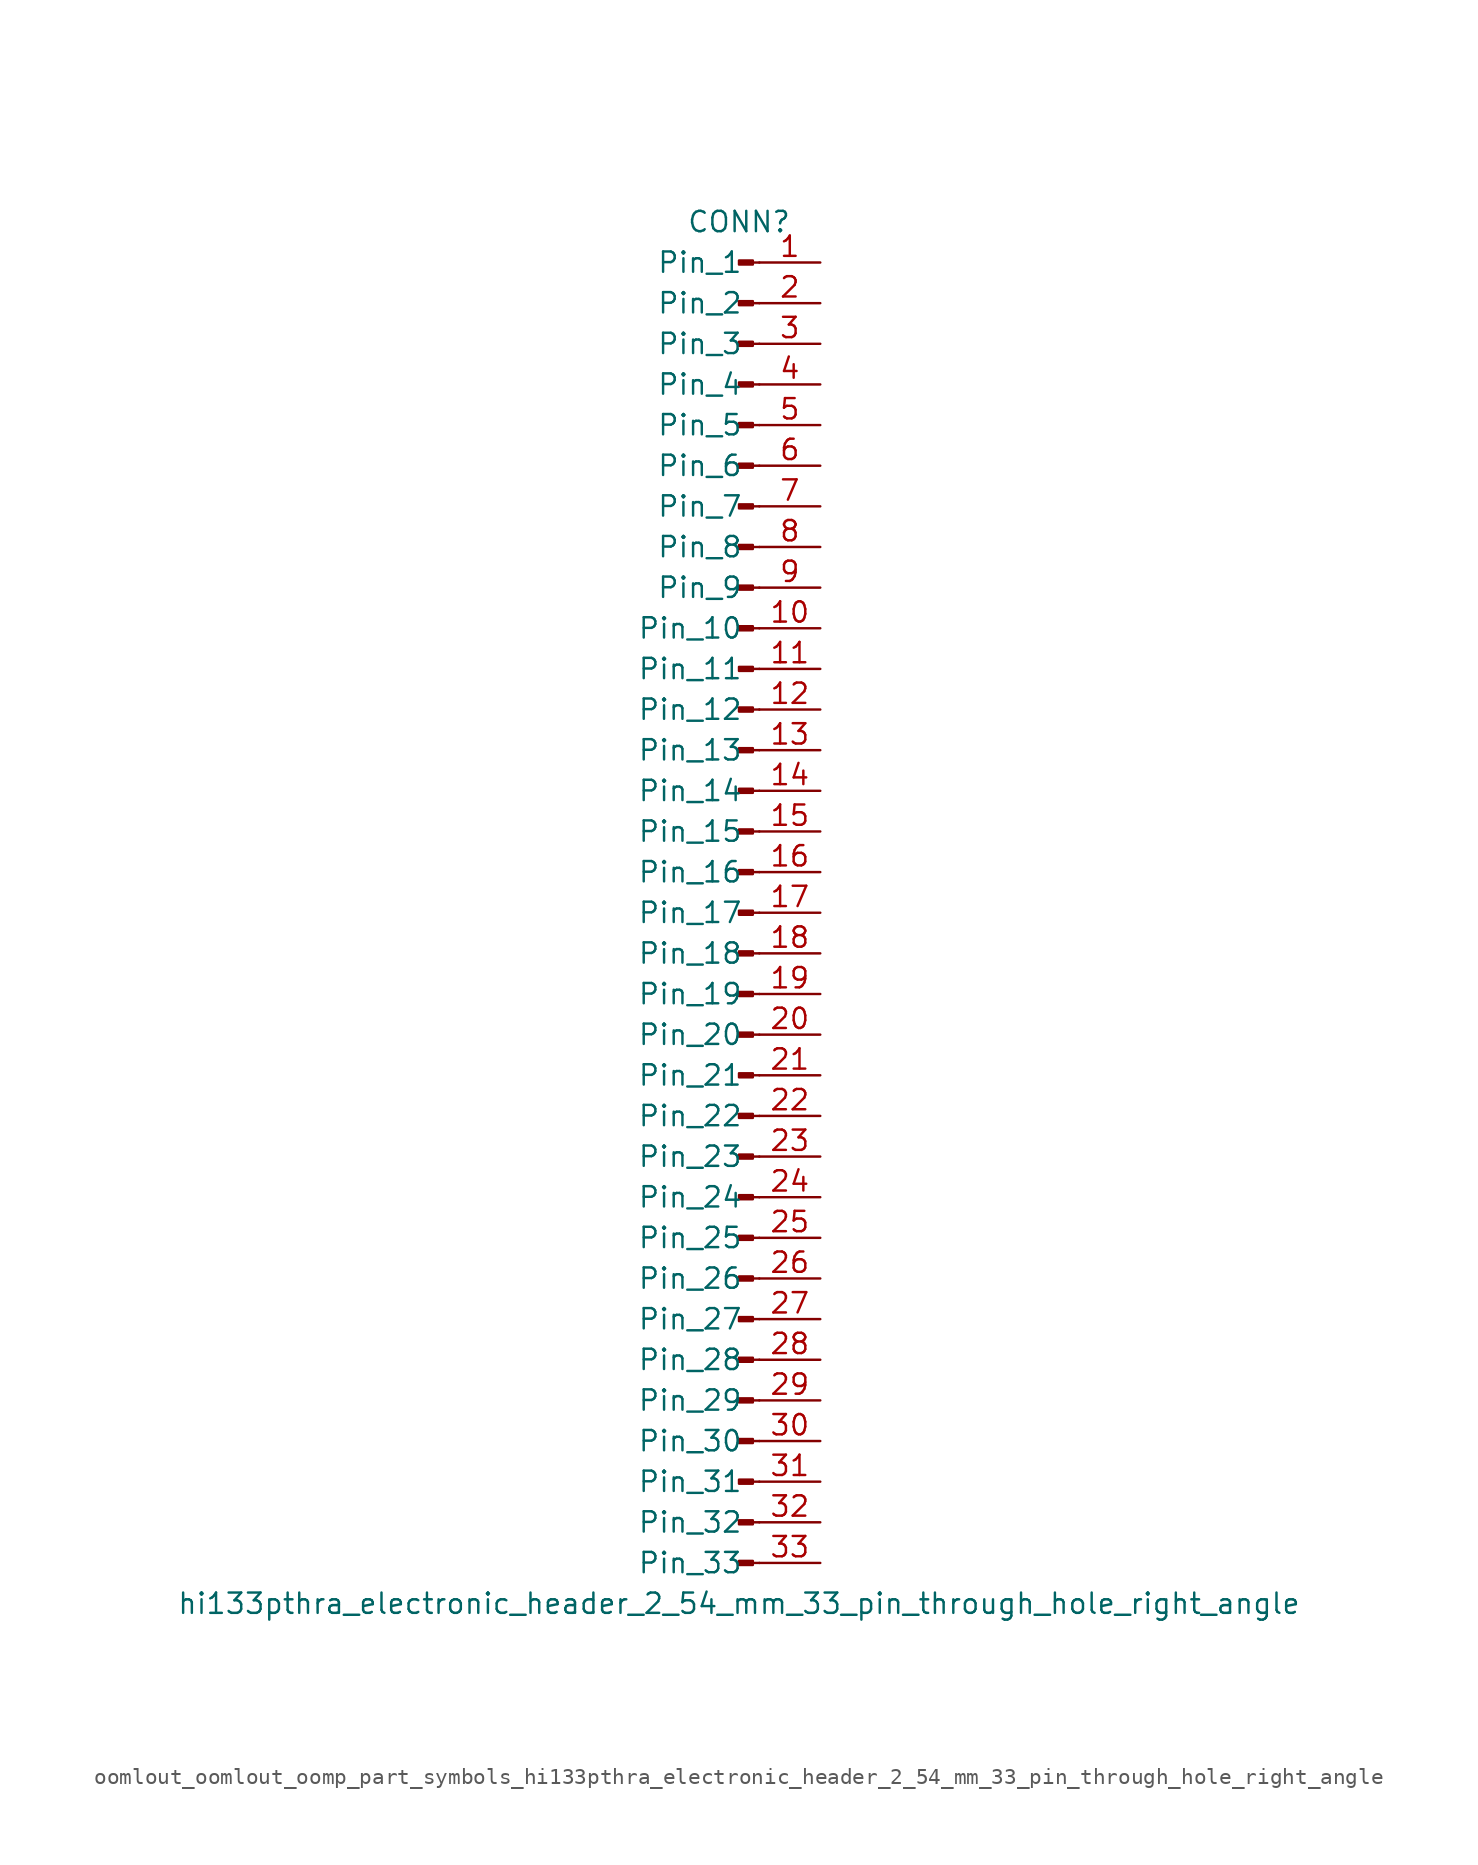
<source format=kicad_sym>
(kicad_symbol_lib
  (version 20220914)
  (generator kicad_symbol_editor)
  (symbol "oomlout_oomlout_oomp_part_symbols_hi133pthra_electronic_header_2_54_mm_33_pin_through_hole_right_angle"
    (pin_names
      (offset 1.016))
    (property "Reference" "CONN"
      (at 0 43.18 0)
      (effects (font (size 1.27 1.27))))
    (property "Value" "hi133pthra_electronic_header_2_54_mm_33_pin_through_hole_right_angle"
      (at 0 -43.18 0)
      (effects (font (size 1.27 1.27))))
    (property "ki_locked" ""
      (at 0 0 0)
      (effects (font (size 1.27 1.27))))
    (symbol "oomlout_oomlout_oomp_part_symbols_hi133pthra_electronic_header_2_54_mm_33_pin_through_hole_right_angle_1_1"
      (polyline (pts (xy 1.27 -40.64) (xy 0.864 -40.64)) (stroke (width 0.152) (type default)) (fill (type none)))
      (polyline (pts (xy 1.27 -38.1) (xy 0.864 -38.1)) (stroke (width 0.152) (type default)) (fill (type none)))
      (polyline (pts (xy 1.27 -35.56) (xy 0.864 -35.56)) (stroke (width 0.152) (type default)) (fill (type none)))
      (polyline (pts (xy 1.27 -33.02) (xy 0.864 -33.02)) (stroke (width 0.152) (type default)) (fill (type none)))
      (polyline (pts (xy 1.27 -30.48) (xy 0.864 -30.48)) (stroke (width 0.152) (type default)) (fill (type none)))
      (polyline (pts (xy 1.27 -27.94) (xy 0.864 -27.94)) (stroke (width 0.152) (type default)) (fill (type none)))
      (polyline (pts (xy 1.27 -25.4) (xy 0.864 -25.4)) (stroke (width 0.152) (type default)) (fill (type none)))
      (polyline (pts (xy 1.27 -22.86) (xy 0.864 -22.86)) (stroke (width 0.152) (type default)) (fill (type none)))
      (polyline (pts (xy 1.27 -20.32) (xy 0.864 -20.32)) (stroke (width 0.152) (type default)) (fill (type none)))
      (polyline (pts (xy 1.27 -17.78) (xy 0.864 -17.78)) (stroke (width 0.152) (type default)) (fill (type none)))
      (polyline (pts (xy 1.27 -15.24) (xy 0.864 -15.24)) (stroke (width 0.152) (type default)) (fill (type none)))
      (polyline (pts (xy 1.27 -12.7) (xy 0.864 -12.7)) (stroke (width 0.152) (type default)) (fill (type none)))
      (polyline (pts (xy 1.27 -10.16) (xy 0.864 -10.16)) (stroke (width 0.152) (type default)) (fill (type none)))
      (polyline (pts (xy 1.27 -7.62) (xy 0.864 -7.62)) (stroke (width 0.152) (type default)) (fill (type none)))
      (polyline (pts (xy 1.27 -5.08) (xy 0.864 -5.08)) (stroke (width 0.152) (type default)) (fill (type none)))
      (polyline (pts (xy 1.27 -2.54) (xy 0.864 -2.54)) (stroke (width 0.152) (type default)) (fill (type none)))
      (polyline (pts (xy 1.27 0) (xy 0.864 0)) (stroke (width 0.152) (type default)) (fill (type none)))
      (polyline (pts (xy 1.27 2.54) (xy 0.864 2.54)) (stroke (width 0.152) (type default)) (fill (type none)))
      (polyline (pts (xy 1.27 5.08) (xy 0.864 5.08)) (stroke (width 0.152) (type default)) (fill (type none)))
      (polyline (pts (xy 1.27 7.62) (xy 0.864 7.62)) (stroke (width 0.152) (type default)) (fill (type none)))
      (polyline (pts (xy 1.27 10.16) (xy 0.864 10.16)) (stroke (width 0.152) (type default)) (fill (type none)))
      (polyline (pts (xy 1.27 12.7) (xy 0.864 12.7)) (stroke (width 0.152) (type default)) (fill (type none)))
      (polyline (pts (xy 1.27 15.24) (xy 0.864 15.24)) (stroke (width 0.152) (type default)) (fill (type none)))
      (polyline (pts (xy 1.27 17.78) (xy 0.864 17.78)) (stroke (width 0.152) (type default)) (fill (type none)))
      (polyline (pts (xy 1.27 20.32) (xy 0.864 20.32)) (stroke (width 0.152) (type default)) (fill (type none)))
      (polyline (pts (xy 1.27 22.86) (xy 0.864 22.86)) (stroke (width 0.152) (type default)) (fill (type none)))
      (polyline (pts (xy 1.27 25.4) (xy 0.864 25.4)) (stroke (width 0.152) (type default)) (fill (type none)))
      (polyline (pts (xy 1.27 27.94) (xy 0.864 27.94)) (stroke (width 0.152) (type default)) (fill (type none)))
      (polyline (pts (xy 1.27 30.48) (xy 0.864 30.48)) (stroke (width 0.152) (type default)) (fill (type none)))
      (polyline (pts (xy 1.27 33.02) (xy 0.864 33.02)) (stroke (width 0.152) (type default)) (fill (type none)))
      (polyline (pts (xy 1.27 35.56) (xy 0.864 35.56)) (stroke (width 0.152) (type default)) (fill (type none)))
      (polyline (pts (xy 1.27 38.1) (xy 0.864 38.1)) (stroke (width 0.152) (type default)) (fill (type none)))
      (polyline (pts (xy 1.27 40.64) (xy 0.864 40.64)) (stroke (width 0.152) (type default)) (fill (type none)))
      (rectangle (start 0.864 -40.513) (end 0 -40.767) (stroke (width 0.152) (type default)) (fill (type outline)))
      (rectangle (start 0.864 -37.973) (end 0 -38.227) (stroke (width 0.152) (type default)) (fill (type outline)))
      (rectangle (start 0.864 -35.433) (end 0 -35.687) (stroke (width 0.152) (type default)) (fill (type outline)))
      (rectangle (start 0.864 -32.893) (end 0 -33.147) (stroke (width 0.152) (type default)) (fill (type outline)))
      (rectangle (start 0.864 -30.353) (end 0 -30.607) (stroke (width 0.152) (type default)) (fill (type outline)))
      (rectangle (start 0.864 -27.813) (end 0 -28.067) (stroke (width 0.152) (type default)) (fill (type outline)))
      (rectangle (start 0.864 -25.273) (end 0 -25.527) (stroke (width 0.152) (type default)) (fill (type outline)))
      (rectangle (start 0.864 -22.733) (end 0 -22.987) (stroke (width 0.152) (type default)) (fill (type outline)))
      (rectangle (start 0.864 -20.193) (end 0 -20.447) (stroke (width 0.152) (type default)) (fill (type outline)))
      (rectangle (start 0.864 -17.653) (end 0 -17.907) (stroke (width 0.152) (type default)) (fill (type outline)))
      (rectangle (start 0.864 -15.113) (end 0 -15.367) (stroke (width 0.152) (type default)) (fill (type outline)))
      (rectangle (start 0.864 -12.573) (end 0 -12.827) (stroke (width 0.152) (type default)) (fill (type outline)))
      (rectangle (start 0.864 -10.033) (end 0 -10.287) (stroke (width 0.152) (type default)) (fill (type outline)))
      (rectangle (start 0.864 -7.493) (end 0 -7.747) (stroke (width 0.152) (type default)) (fill (type outline)))
      (rectangle (start 0.864 -4.953) (end 0 -5.207) (stroke (width 0.152) (type default)) (fill (type outline)))
      (rectangle (start 0.864 -2.413) (end 0 -2.667) (stroke (width 0.152) (type default)) (fill (type outline)))
      (rectangle (start 0.864 0.127) (end 0 -0.127) (stroke (width 0.152) (type default)) (fill (type outline)))
      (rectangle (start 0.864 2.667) (end 0 2.413) (stroke (width 0.152) (type default)) (fill (type outline)))
      (rectangle (start 0.864 5.207) (end 0 4.953) (stroke (width 0.152) (type default)) (fill (type outline)))
      (rectangle (start 0.864 7.747) (end 0 7.493) (stroke (width 0.152) (type default)) (fill (type outline)))
      (rectangle (start 0.864 10.287) (end 0 10.033) (stroke (width 0.152) (type default)) (fill (type outline)))
      (rectangle (start 0.864 12.827) (end 0 12.573) (stroke (width 0.152) (type default)) (fill (type outline)))
      (rectangle (start 0.864 15.367) (end 0 15.113) (stroke (width 0.152) (type default)) (fill (type outline)))
      (rectangle (start 0.864 17.907) (end 0 17.653) (stroke (width 0.152) (type default)) (fill (type outline)))
      (rectangle (start 0.864 20.447) (end 0 20.193) (stroke (width 0.152) (type default)) (fill (type outline)))
      (rectangle (start 0.864 22.987) (end 0 22.733) (stroke (width 0.152) (type default)) (fill (type outline)))
      (rectangle (start 0.864 25.527) (end 0 25.273) (stroke (width 0.152) (type default)) (fill (type outline)))
      (rectangle (start 0.864 28.067) (end 0 27.813) (stroke (width 0.152) (type default)) (fill (type outline)))
      (rectangle (start 0.864 30.607) (end 0 30.353) (stroke (width 0.152) (type default)) (fill (type outline)))
      (rectangle (start 0.864 33.147) (end 0 32.893) (stroke (width 0.152) (type default)) (fill (type outline)))
      (rectangle (start 0.864 35.687) (end 0 35.433) (stroke (width 0.152) (type default)) (fill (type outline)))
      (rectangle (start 0.864 38.227) (end 0 37.973) (stroke (width 0.152) (type default)) (fill (type outline)))
      (rectangle (start 0.864 40.767) (end 0 40.513) (stroke (width 0.152) (type default)) (fill (type outline)))
      (pin passive line (at 5.08 40.64 180) (length 3.81) (name "Pin_1" (effects (font (size 1.27 1.27)))) (number "1" (effects (font (size 1.27 1.27)))))
      (pin passive line (at 5.08 17.78 180) (length 3.81) (name "Pin_10" (effects (font (size 1.27 1.27)))) (number "10" (effects (font (size 1.27 1.27)))))
      (pin passive line (at 5.08 15.24 180) (length 3.81) (name "Pin_11" (effects (font (size 1.27 1.27)))) (number "11" (effects (font (size 1.27 1.27)))))
      (pin passive line (at 5.08 12.7 180) (length 3.81) (name "Pin_12" (effects (font (size 1.27 1.27)))) (number "12" (effects (font (size 1.27 1.27)))))
      (pin passive line (at 5.08 10.16 180) (length 3.81) (name "Pin_13" (effects (font (size 1.27 1.27)))) (number "13" (effects (font (size 1.27 1.27)))))
      (pin passive line (at 5.08 7.62 180) (length 3.81) (name "Pin_14" (effects (font (size 1.27 1.27)))) (number "14" (effects (font (size 1.27 1.27)))))
      (pin passive line (at 5.08 5.08 180) (length 3.81) (name "Pin_15" (effects (font (size 1.27 1.27)))) (number "15" (effects (font (size 1.27 1.27)))))
      (pin passive line (at 5.08 2.54 180) (length 3.81) (name "Pin_16" (effects (font (size 1.27 1.27)))) (number "16" (effects (font (size 1.27 1.27)))))
      (pin passive line (at 5.08 0 180) (length 3.81) (name "Pin_17" (effects (font (size 1.27 1.27)))) (number "17" (effects (font (size 1.27 1.27)))))
      (pin passive line (at 5.08 -2.54 180) (length 3.81) (name "Pin_18" (effects (font (size 1.27 1.27)))) (number "18" (effects (font (size 1.27 1.27)))))
      (pin passive line (at 5.08 -5.08 180) (length 3.81) (name "Pin_19" (effects (font (size 1.27 1.27)))) (number "19" (effects (font (size 1.27 1.27)))))
      (pin passive line (at 5.08 38.1 180) (length 3.81) (name "Pin_2" (effects (font (size 1.27 1.27)))) (number "2" (effects (font (size 1.27 1.27)))))
      (pin passive line (at 5.08 -7.62 180) (length 3.81) (name "Pin_20" (effects (font (size 1.27 1.27)))) (number "20" (effects (font (size 1.27 1.27)))))
      (pin passive line (at 5.08 -10.16 180) (length 3.81) (name "Pin_21" (effects (font (size 1.27 1.27)))) (number "21" (effects (font (size 1.27 1.27)))))
      (pin passive line (at 5.08 -12.7 180) (length 3.81) (name "Pin_22" (effects (font (size 1.27 1.27)))) (number "22" (effects (font (size 1.27 1.27)))))
      (pin passive line (at 5.08 -15.24 180) (length 3.81) (name "Pin_23" (effects (font (size 1.27 1.27)))) (number "23" (effects (font (size 1.27 1.27)))))
      (pin passive line (at 5.08 -17.78 180) (length 3.81) (name "Pin_24" (effects (font (size 1.27 1.27)))) (number "24" (effects (font (size 1.27 1.27)))))
      (pin passive line (at 5.08 -20.32 180) (length 3.81) (name "Pin_25" (effects (font (size 1.27 1.27)))) (number "25" (effects (font (size 1.27 1.27)))))
      (pin passive line (at 5.08 -22.86 180) (length 3.81) (name "Pin_26" (effects (font (size 1.27 1.27)))) (number "26" (effects (font (size 1.27 1.27)))))
      (pin passive line (at 5.08 -25.4 180) (length 3.81) (name "Pin_27" (effects (font (size 1.27 1.27)))) (number "27" (effects (font (size 1.27 1.27)))))
      (pin passive line (at 5.08 -27.94 180) (length 3.81) (name "Pin_28" (effects (font (size 1.27 1.27)))) (number "28" (effects (font (size 1.27 1.27)))))
      (pin passive line (at 5.08 -30.48 180) (length 3.81) (name "Pin_29" (effects (font (size 1.27 1.27)))) (number "29" (effects (font (size 1.27 1.27)))))
      (pin passive line (at 5.08 35.56 180) (length 3.81) (name "Pin_3" (effects (font (size 1.27 1.27)))) (number "3" (effects (font (size 1.27 1.27)))))
      (pin passive line (at 5.08 -33.02 180) (length 3.81) (name "Pin_30" (effects (font (size 1.27 1.27)))) (number "30" (effects (font (size 1.27 1.27)))))
      (pin passive line (at 5.08 -35.56 180) (length 3.81) (name "Pin_31" (effects (font (size 1.27 1.27)))) (number "31" (effects (font (size 1.27 1.27)))))
      (pin passive line (at 5.08 -38.1 180) (length 3.81) (name "Pin_32" (effects (font (size 1.27 1.27)))) (number "32" (effects (font (size 1.27 1.27)))))
      (pin passive line (at 5.08 -40.64 180) (length 3.81) (name "Pin_33" (effects (font (size 1.27 1.27)))) (number "33" (effects (font (size 1.27 1.27)))))
      (pin passive line (at 5.08 33.02 180) (length 3.81) (name "Pin_4" (effects (font (size 1.27 1.27)))) (number "4" (effects (font (size 1.27 1.27)))))
      (pin passive line (at 5.08 30.48 180) (length 3.81) (name "Pin_5" (effects (font (size 1.27 1.27)))) (number "5" (effects (font (size 1.27 1.27)))))
      (pin passive line (at 5.08 27.94 180) (length 3.81) (name "Pin_6" (effects (font (size 1.27 1.27)))) (number "6" (effects (font (size 1.27 1.27)))))
      (pin passive line (at 5.08 25.4 180) (length 3.81) (name "Pin_7" (effects (font (size 1.27 1.27)))) (number "7" (effects (font (size 1.27 1.27)))))
      (pin passive line (at 5.08 22.86 180) (length 3.81) (name "Pin_8" (effects (font (size 1.27 1.27)))) (number "8" (effects (font (size 1.27 1.27)))))
      (pin passive line (at 5.08 20.32 180) (length 3.81) (name "Pin_9" (effects (font (size 1.27 1.27)))) (number "9" (effects (font (size 1.27 1.27))))))))
</source>
